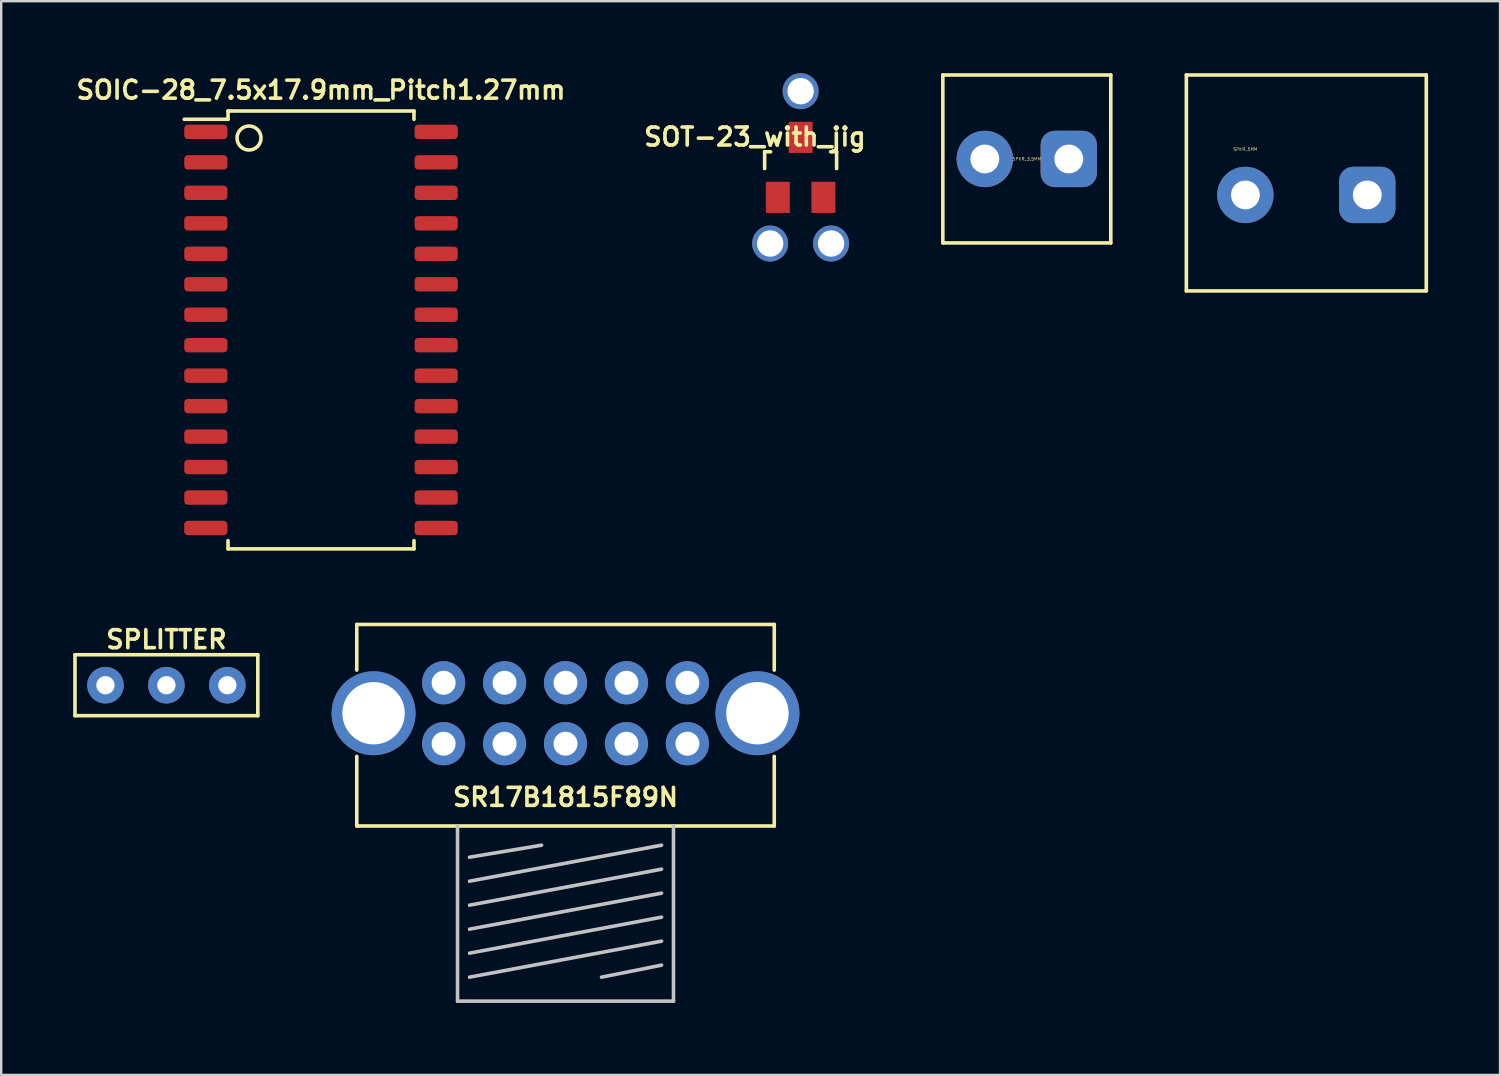
<source format=kicad_pcb>
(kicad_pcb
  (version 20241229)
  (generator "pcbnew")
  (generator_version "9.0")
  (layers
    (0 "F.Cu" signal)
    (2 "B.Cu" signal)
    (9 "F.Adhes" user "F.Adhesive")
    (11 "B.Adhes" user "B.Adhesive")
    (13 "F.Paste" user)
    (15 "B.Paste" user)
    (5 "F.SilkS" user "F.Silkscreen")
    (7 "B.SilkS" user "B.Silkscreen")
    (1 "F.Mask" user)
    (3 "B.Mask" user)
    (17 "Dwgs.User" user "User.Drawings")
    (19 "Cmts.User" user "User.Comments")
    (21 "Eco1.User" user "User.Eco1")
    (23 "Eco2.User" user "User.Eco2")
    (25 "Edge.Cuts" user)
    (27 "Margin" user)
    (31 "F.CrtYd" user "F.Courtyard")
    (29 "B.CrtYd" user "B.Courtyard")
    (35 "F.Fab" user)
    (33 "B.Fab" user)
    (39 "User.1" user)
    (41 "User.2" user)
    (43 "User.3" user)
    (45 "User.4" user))
  (footprint "SR17B1815F89N"
    (layer "F.Cu")
    (at 20.52 26.677)
    (property "Reference" "SR17B1815F89N" (at 0 3.5 0) (layer "F.SilkS") (effects (font (size 0.75 0.75) (thickness 0.15))))
    (attr through_hole)
    (fp_line (start -8.7 -3.7) (end -8.7 -1.8) (stroke (width 0.15) (type solid)) (layer "F.SilkS"))
    (fp_line (start -8.7 -3.7) (end 8.7 -3.7) (stroke (width 0.15) (type solid)) (layer "F.SilkS"))
    (fp_line (start -8.7 1.8) (end -8.7 4.7) (stroke (width 0.15) (type solid)) (layer "F.SilkS"))
    (fp_line (start -8.7 4.7) (end 8.7 4.7) (stroke (width 0.15) (type solid)) (layer "F.SilkS"))
    (fp_line (start 8.7 -3.7) (end 8.7 -1.8) (stroke (width 0.15) (type solid)) (layer "F.SilkS"))
    (fp_line (start 8.7 4.7) (end 8.7 1.8) (stroke (width 0.15) (type solid)) (layer "F.SilkS"))
    (fp_line (start -4.5 4.7) (end -4.5 12) (stroke (width 0.15) (type solid)) (layer "Dwgs.User"))
    (fp_line (start -4.5 12) (end 4.5 12) (stroke (width 0.15) (type solid)) (layer "Dwgs.User"))
    (fp_line (start -4 6) (end -1 5.5) (stroke (width 0.15) (type solid)) (layer "Dwgs.User"))
    (fp_line (start -4 8) (end 4 6.5) (stroke (width 0.15) (type solid)) (layer "Dwgs.User"))
    (fp_line (start -4 10) (end 4 8.5) (stroke (width 0.15) (type solid)) (layer "Dwgs.User"))
    (fp_line (start -4 11) (end 4 9.5) (stroke (width 0.15) (type solid)) (layer "Dwgs.User"))
    (fp_line (start 4 5.5) (end -4 7) (stroke (width 0.15) (type solid)) (layer "Dwgs.User"))
    (fp_line (start 4 7.5) (end -4 9) (stroke (width 0.15) (type solid)) (layer "Dwgs.User"))
    (fp_line (start 4 10.5) (end 1.5 11) (stroke (width 0.15) (type solid)) (layer "Dwgs.User"))
    (fp_line (start 4.5 12) (end 4.5 4.7) (stroke (width 0.15) (type solid)) (layer "Dwgs.User"))
    (pad "" thru_hole circle (at -8 0) (size 3.5 3.5) (drill 2.6) (layers "*.Cu" "*.Mask"))
    (pad "" thru_hole circle (at 8 0) (size 3.5 3.5) (drill 2.6) (layers "*.Cu" "*.Mask"))
    (pad "1" thru_hole circle (at 5.08 -1.27) (size 1.8 1.8) (drill 1) (layers "*.Cu" "*.Mask"))
    (pad "1" thru_hole circle (at 5.08 1.27) (size 1.8 1.8) (drill 1) (layers "*.Cu" "*.Mask"))
    (pad "2" thru_hole circle (at 2.54 -1.27) (size 1.8 1.8) (drill 1) (layers "*.Cu" "*.Mask"))
    (pad "3" thru_hole circle (at 0 -1.27) (size 1.8 1.8) (drill 1) (layers "*.Cu" "*.Mask"))
    (pad "4" thru_hole circle (at -2.54 -1.27) (size 1.8 1.8) (drill 1) (layers "*.Cu" "*.Mask"))
    (pad "5" thru_hole circle (at -5.08 -1.27) (size 1.8 1.8) (drill 1) (layers "*.Cu" "*.Mask"))
    (pad "6" thru_hole circle (at -5.08 1.27) (size 1.8 1.8) (drill 1) (layers "*.Cu" "*.Mask"))
    (pad "7" thru_hole circle (at -2.54 1.27) (size 1.8 1.8) (drill 1) (layers "*.Cu" "*.Mask"))
    (pad "8" thru_hole circle (at 0 1.27) (size 1.8 1.8) (drill 1) (layers "*.Cu" "*.Mask"))
    (pad "9" thru_hole circle (at 2.54 1.27) (size 1.8 1.8) (drill 1) (layers "*.Cu" "*.Mask")))
  (footprint "SPKR_5MM"
    (layer "F.Cu")
    (at 51.396 5.075)
    (property "Reference" "SPKR_5MM" (at -2.54 -1.905 0) (layer "F.SilkS") (effects (font (size 0.127 0.127) (thickness 0.015))))
    (attr through_hole)
    (fp_line (start -5 -5) (end -5 4) (stroke (width 0.15) (type solid)) (layer "F.SilkS"))
    (fp_line (start -5 4) (end 5 4) (stroke (width 0.15) (type solid)) (layer "F.SilkS"))
    (fp_line (start 5 -5) (end -5 -5) (stroke (width 0.15) (type solid)) (layer "F.SilkS"))
    (fp_line (start 5 -5) (end 5 4) (stroke (width 0.15) (type solid)) (layer "F.SilkS"))
    (pad "1" thru_hole roundrect (at 2.54 0) (size 2.35 2.35) (drill 1.2) (layers "*.Cu" "*.Mask") (roundrect_rratio 0.25))
    (pad "2" thru_hole circle (at -2.54 0) (size 2.35 2.35) (drill 1.2) (layers "*.Cu" "*.Mask")))
  (footprint "SPLITTER"
    (layer "F.Cu")
    (at 3.885 25.509)
    (property "Reference" "SPLITTER" (at 0 -1.905 0) (layer "F.SilkS") (effects (font (size 0.75 0.75) (thickness 0.15))))
    (attr through_hole)
    (fp_line (start -3.81 -1.27) (end 3.81 -1.27) (stroke (width 0.15) (type solid)) (layer "F.SilkS"))
    (fp_line (start -3.81 1.27) (end -3.81 -1.27) (stroke (width 0.15) (type solid)) (layer "F.SilkS"))
    (fp_line (start 3.81 -1.27) (end 3.81 1.27) (stroke (width 0.15) (type solid)) (layer "F.SilkS"))
    (fp_line (start 3.81 1.27) (end -3.81 1.27) (stroke (width 0.15) (type solid)) (layer "F.SilkS"))
    (pad "1" thru_hole circle (at -2.54 0) (size 1.524 1.524) (drill 0.762) (layers "*.Cu" "*.Mask"))
    (pad "2" thru_hole circle (at 0 0) (size 1.524 1.524) (drill 0.762) (layers "*.Cu" "*.Mask"))
    (pad "3" thru_hole circle (at 2.54 0) (size 1.524 1.524) (drill 0.762) (layers "*.Cu" "*.Mask")))
  (footprint "SOIC-28_7.5x17.9mm_Pitch1.27mm"
    (layer "F.Cu")
    (at 10.329 10.702)
    (property "Reference" "SOIC-28_7.5x17.9mm_Pitch1.27mm" (at 0 -10 0) (layer "F.SilkS") (effects (font (size 0.75 0.75) (thickness 0.15))))
    (attr smd)
    (fp_line (start -3.875 -9.125) (end -3.875 -8.78) (stroke (width 0.15) (type solid)) (layer "F.SilkS"))
    (fp_line (start -3.875 -9.125) (end 3.875 -9.125) (stroke (width 0.15) (type solid)) (layer "F.SilkS"))
    (fp_line (start -3.875 -8.78) (end -5.7 -8.78) (stroke (width 0.15) (type solid)) (layer "F.SilkS"))
    (fp_line (start -3.875 9.125) (end -3.875 8.78) (stroke (width 0.15) (type solid)) (layer "F.SilkS"))
    (fp_line (start -3.875 9.125) (end 3.875 9.125) (stroke (width 0.15) (type solid)) (layer "F.SilkS"))
    (fp_line (start 3.875 -9.125) (end 3.875 -8.78) (stroke (width 0.15) (type solid)) (layer "F.SilkS"))
    (fp_line (start 3.875 9.125) (end 3.875 8.78) (stroke (width 0.15) (type solid)) (layer "F.SilkS"))
    (fp_circle (center -3 -8) (end -3 -7.5) (stroke (width 0.15) (type solid)) (fill no) (layer "F.SilkS"))
    (pad "1" smd roundrect (at -4.8 -8.255) (size 1.8 0.6) (layers "F.Cu" "F.Mask" "F.Paste") (roundrect_rratio 0.25))
    (pad "2" smd roundrect (at -4.8 -6.985) (size 1.8 0.6) (layers "F.Cu" "F.Mask" "F.Paste") (roundrect_rratio 0.25))
    (pad "3" smd roundrect (at -4.8 -5.715) (size 1.8 0.6) (layers "F.Cu" "F.Mask" "F.Paste") (roundrect_rratio 0.25))
    (pad "4" smd roundrect (at -4.8 -4.445) (size 1.8 0.6) (layers "F.Cu" "F.Mask" "F.Paste") (roundrect_rratio 0.25))
    (pad "5" smd roundrect (at -4.8 -3.175) (size 1.8 0.6) (layers "F.Cu" "F.Mask" "F.Paste") (roundrect_rratio 0.25))
    (pad "6" smd roundrect (at -4.8 -1.905) (size 1.8 0.6) (layers "F.Cu" "F.Mask" "F.Paste") (roundrect_rratio 0.25))
    (pad "7" smd roundrect (at -4.8 -0.635) (size 1.8 0.6) (layers "F.Cu" "F.Mask" "F.Paste") (roundrect_rratio 0.25))
    (pad "8" smd roundrect (at -4.8 0.635) (size 1.8 0.6) (layers "F.Cu" "F.Mask" "F.Paste") (roundrect_rratio 0.25))
    (pad "9" smd roundrect (at -4.8 1.905) (size 1.8 0.6) (layers "F.Cu" "F.Mask" "F.Paste") (roundrect_rratio 0.25))
    (pad "10" smd roundrect (at -4.8 3.175) (size 1.8 0.6) (layers "F.Cu" "F.Mask" "F.Paste") (roundrect_rratio 0.25))
    (pad "11" smd roundrect (at -4.8 4.445) (size 1.8 0.6) (layers "F.Cu" "F.Mask" "F.Paste") (roundrect_rratio 0.25))
    (pad "12" smd roundrect (at -4.8 5.715) (size 1.8 0.6) (layers "F.Cu" "F.Mask" "F.Paste") (roundrect_rratio 0.25))
    (pad "13" smd roundrect (at -4.8 6.985) (size 1.8 0.6) (layers "F.Cu" "F.Mask" "F.Paste") (roundrect_rratio 0.25))
    (pad "14" smd roundrect (at -4.8 8.255) (size 1.8 0.6) (layers "F.Cu" "F.Mask" "F.Paste") (roundrect_rratio 0.25))
    (pad "15" smd roundrect (at 4.8 8.255) (size 1.8 0.6) (layers "F.Cu" "F.Mask" "F.Paste") (roundrect_rratio 0.25))
    (pad "16" smd roundrect (at 4.8 6.985) (size 1.8 0.6) (layers "F.Cu" "F.Mask" "F.Paste") (roundrect_rratio 0.25))
    (pad "17" smd roundrect (at 4.8 5.715) (size 1.8 0.6) (layers "F.Cu" "F.Mask" "F.Paste") (roundrect_rratio 0.25))
    (pad "18" smd roundrect (at 4.8 4.445) (size 1.8 0.6) (layers "F.Cu" "F.Mask" "F.Paste") (roundrect_rratio 0.25))
    (pad "19" smd roundrect (at 4.8 3.175) (size 1.8 0.6) (layers "F.Cu" "F.Mask" "F.Paste") (roundrect_rratio 0.25))
    (pad "20" smd roundrect (at 4.8 1.905) (size 1.8 0.6) (layers "F.Cu" "F.Mask" "F.Paste") (roundrect_rratio 0.25))
    (pad "21" smd roundrect (at 4.8 0.635) (size 1.8 0.6) (layers "F.Cu" "F.Mask" "F.Paste") (roundrect_rratio 0.25))
    (pad "22" smd roundrect (at 4.8 -0.635) (size 1.8 0.6) (layers "F.Cu" "F.Mask" "F.Paste") (roundrect_rratio 0.25))
    (pad "23" smd roundrect (at 4.8 -1.905) (size 1.8 0.6) (layers "F.Cu" "F.Mask" "F.Paste") (roundrect_rratio 0.25))
    (pad "24" smd roundrect (at 4.8 -3.175) (size 1.8 0.6) (layers "F.Cu" "F.Mask" "F.Paste") (roundrect_rratio 0.25))
    (pad "25" smd roundrect (at 4.8 -4.445) (size 1.8 0.6) (layers "F.Cu" "F.Mask" "F.Paste") (roundrect_rratio 0.25))
    (pad "26" smd roundrect (at 4.8 -5.715) (size 1.8 0.6) (layers "F.Cu" "F.Mask" "F.Paste") (roundrect_rratio 0.25))
    (pad "27" smd roundrect (at 4.8 -6.985) (size 1.8 0.6) (layers "F.Cu" "F.Mask" "F.Paste") (roundrect_rratio 0.25))
    (pad "28" smd roundrect (at 4.8 -8.255) (size 1.8 0.6) (layers "F.Cu" "F.Mask" "F.Paste") (roundrect_rratio 0.25)))
  (footprint "SPKR_3.5MM"
    (layer "F.Cu")
    (at 39.746 3.575)
    (property "Reference" "SPKR_3.5MM" (at 0 0 0) (layer "F.SilkS") (effects (font (size 0.127 0.127) (thickness 0.015))))
    (attr through_hole)
    (fp_line (start -3.5 -3.5) (end -3.5 3.5) (stroke (width 0.15) (type solid)) (layer "F.SilkS"))
    (fp_line (start -3.5 3.5) (end 3.5 3.5) (stroke (width 0.15) (type solid)) (layer "F.SilkS"))
    (fp_line (start 3.5 -3.5) (end -3.5 -3.5) (stroke (width 0.15) (type solid)) (layer "F.SilkS"))
    (fp_line (start 3.5 3.5) (end 3.5 -3.5) (stroke (width 0.15) (type solid)) (layer "F.SilkS"))
    (pad "1" thru_hole roundrect (at 1.75 0) (size 2.35 2.35) (drill 1.2) (layers "*.Cu" "*.Mask") (roundrect_rratio 0.25))
    (pad "2" thru_hole circle (at -1.75 0) (size 2.35 2.35) (drill 1.2) (layers "*.Cu" "*.Mask")))
  (footprint "SOT-23_with_jig"
    (layer "F.Cu")
    (at 30.319 3.925)
    (property "Reference" "SOT-23_with_jig" (at -1.905 -1.27 0) (layer "F.SilkS") (effects (font (size 0.75 0.75) (thickness 0.15))))
    (attr smd)
    (fp_line (start -1.5 -0.65) (end -1.251 -0.65) (stroke (width 0.15) (type solid)) (layer "F.SilkS"))
    (fp_line (start -1.5 0.051) (end -1.5 -0.65) (stroke (width 0.15) (type solid)) (layer "F.SilkS"))
    (fp_line (start 1.299 -0.65) (end 1.251 -0.65) (stroke (width 0.15) (type solid)) (layer "F.SilkS"))
    (fp_line (start 1.299 -0.65) (end 1.5 -0.65) (stroke (width 0.15) (type solid)) (layer "F.SilkS"))
    (fp_line (start 1.5 -0.65) (end 1.5 0.051) (stroke (width 0.15) (type solid)) (layer "F.SilkS"))
    (pad "1" thru_hole circle (at -1.27 3.175) (size 1.5 1.5) (drill 1.1) (layers "*.Cu" "*.Mask"))
    (pad "1" smd rect (at -0.95 1.25) (size 1 1.3) (layers "F.Cu" "F.Mask" "F.Paste"))
    (pad "2" smd rect (at 0.95 1.25) (size 1 1.3) (layers "F.Cu" "F.Mask" "F.Paste"))
    (pad "2" thru_hole circle (at 1.27 3.175) (size 1.5 1.5) (drill 1.1) (layers "*.Cu" "*.Mask"))
    (pad "3" thru_hole circle (at 0 -3.175) (size 1.5 1.5) (drill 1.1) (layers "*.Cu" "*.Mask"))
    (pad "3" smd rect (at 0 -1.25) (size 1 1.3) (layers "F.Cu" "F.Mask" "F.Paste")))
  (gr_rect
    (start -3 -3)
    (end 59.471 41.752)
    (stroke (width 0.1) (type default))
    (fill no)
    (layer "Edge.Cuts")))
</source>
